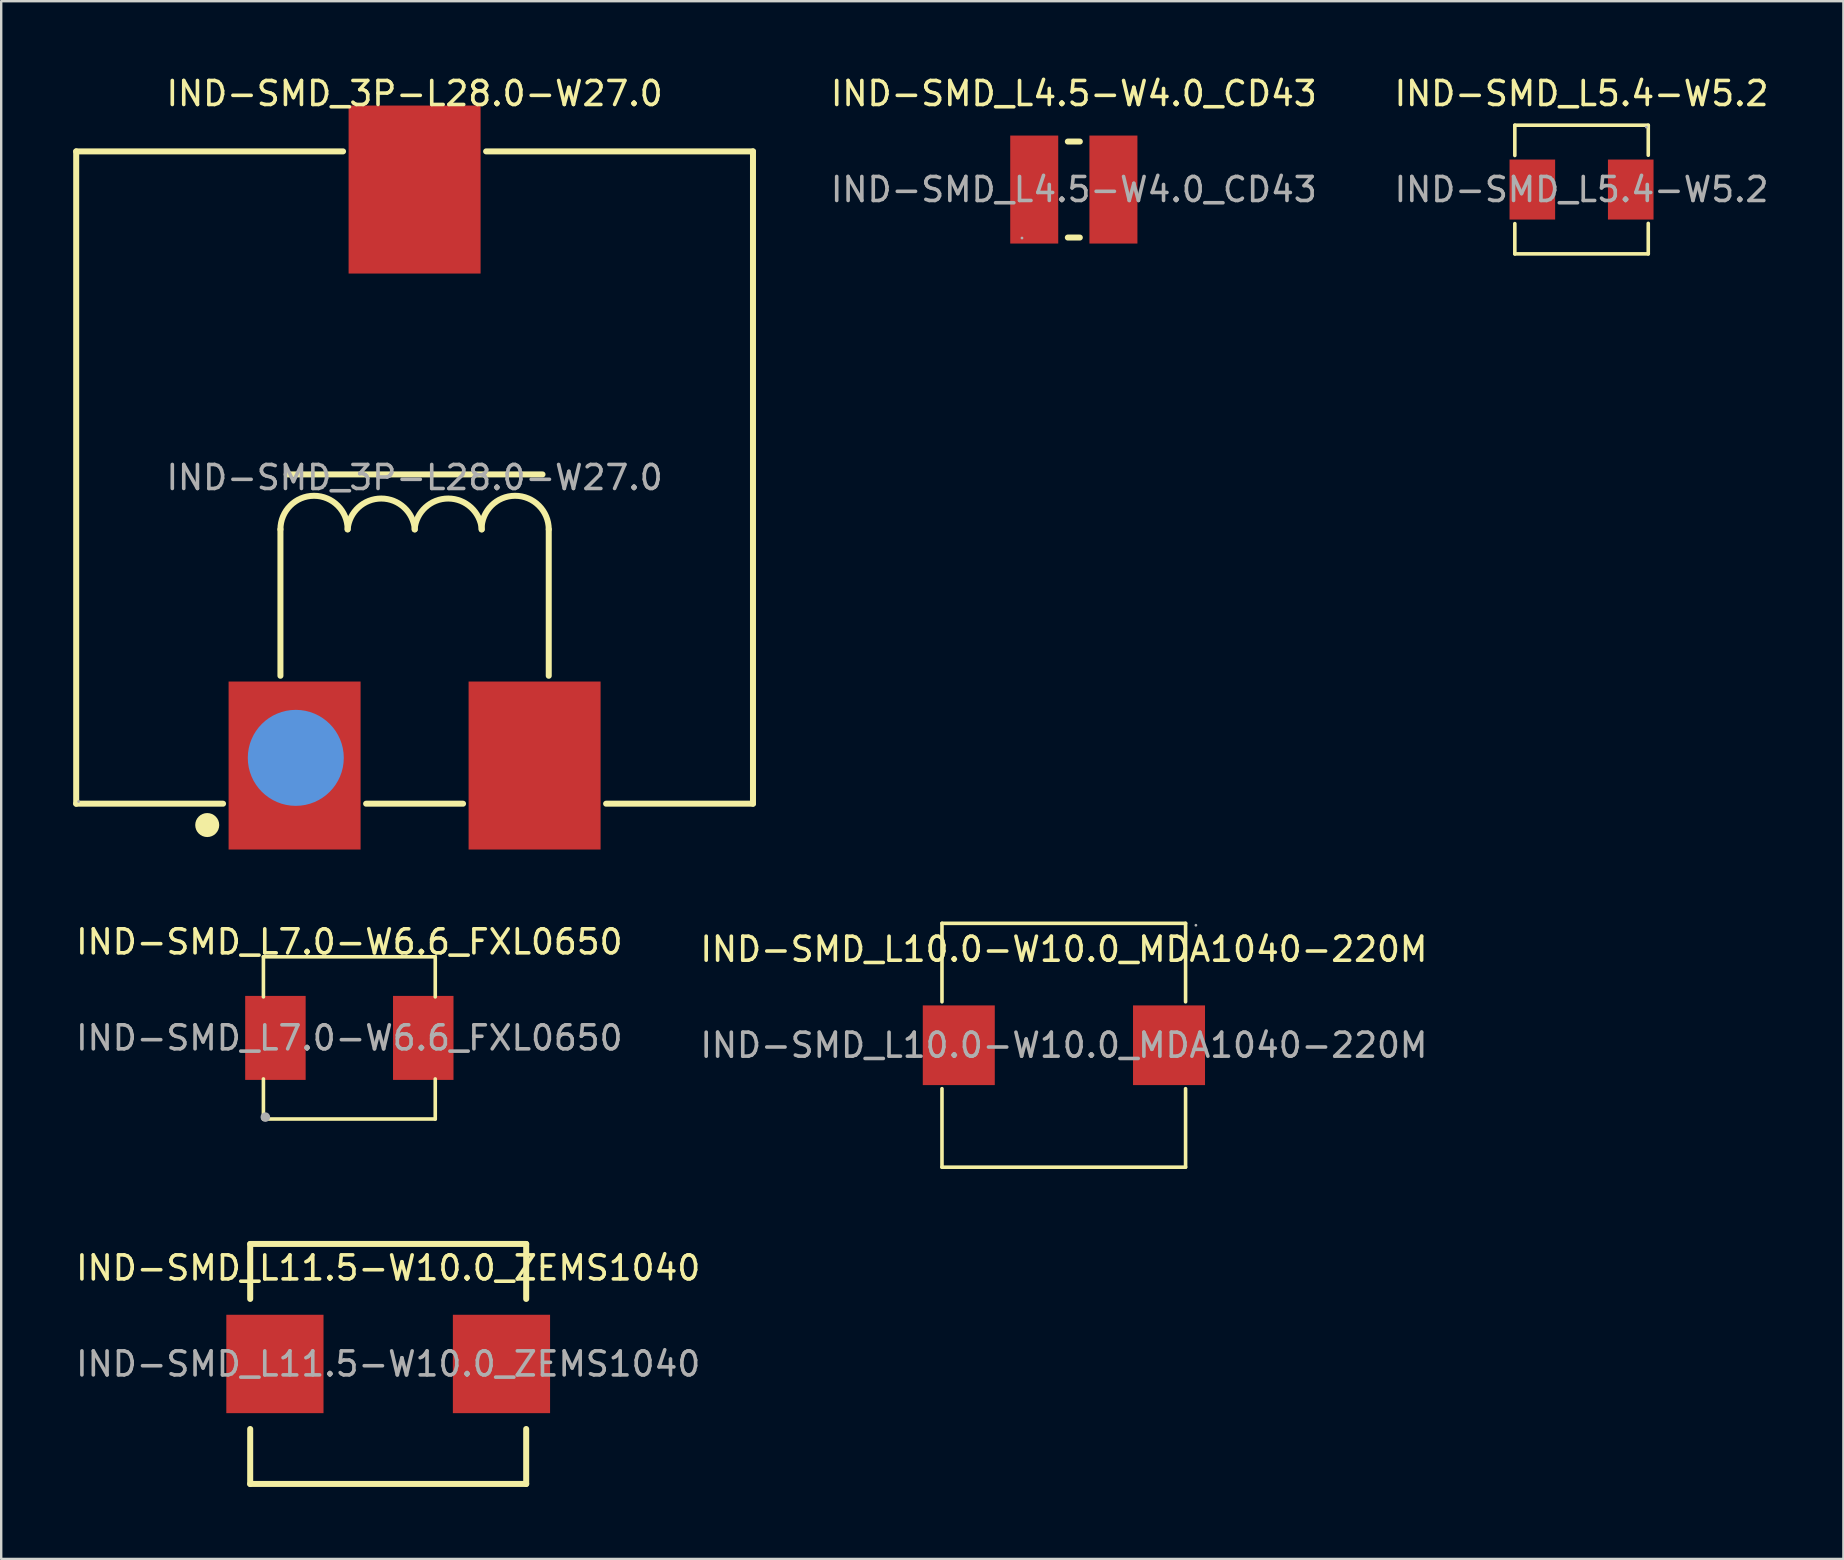
<source format=kicad_pcb>
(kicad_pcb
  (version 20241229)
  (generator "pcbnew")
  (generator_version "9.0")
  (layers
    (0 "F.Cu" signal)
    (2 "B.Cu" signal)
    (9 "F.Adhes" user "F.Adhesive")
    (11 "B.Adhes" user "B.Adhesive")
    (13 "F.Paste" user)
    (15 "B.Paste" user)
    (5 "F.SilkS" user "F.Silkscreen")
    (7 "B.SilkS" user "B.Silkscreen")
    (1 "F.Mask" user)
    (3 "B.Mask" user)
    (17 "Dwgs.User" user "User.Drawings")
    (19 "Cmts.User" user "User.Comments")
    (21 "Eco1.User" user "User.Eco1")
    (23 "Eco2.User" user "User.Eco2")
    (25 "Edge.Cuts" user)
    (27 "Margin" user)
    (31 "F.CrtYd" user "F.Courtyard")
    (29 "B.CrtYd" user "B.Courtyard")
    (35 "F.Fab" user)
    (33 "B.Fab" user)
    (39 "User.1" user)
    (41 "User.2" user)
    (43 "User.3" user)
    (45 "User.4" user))
  (footprint "IND-SMD_3P-L28.0-W27.0"
    (layer "F.Cu")
    (at 14.225 16.848)
    (property "Reference" "IND-SMD_3P-L28.0-W27.0" (at 0 -16 0) (layer "F.SilkS") (effects (font (size 1 1) (thickness 0.15))))
    (attr smd)
    (fp_line (start -14.1 -13.59) (end -14.1 13.59) (stroke (width 0.25) (type solid)) (layer "F.SilkS"))
    (fp_line (start -14.1 13.59) (end -7.98 13.59) (stroke (width 0.25) (type solid)) (layer "F.SilkS"))
    (fp_line (start -5.59 2.16) (end -5.59 8.26) (stroke (width 0.25) (type solid)) (layer "F.SilkS"))
    (fp_line (start -5.33 -0.13) (end 5.33 -0.13) (stroke (width 0.25) (type solid)) (layer "F.SilkS"))
    (fp_line (start -2.98 -13.59) (end -14.1 -13.59) (stroke (width 0.25) (type solid)) (layer "F.SilkS"))
    (fp_line (start -2.02 13.59) (end 2.02 13.59) (stroke (width 0.25) (type solid)) (layer "F.SilkS"))
    (fp_line (start 5.59 2.16) (end 5.59 8.26) (stroke (width 0.25) (type solid)) (layer "F.SilkS"))
    (fp_line (start 7.98 13.59) (end 14.1 13.59) (stroke (width 0.25) (type solid)) (layer "F.SilkS"))
    (fp_line (start 14.1 -13.59) (end 2.98 -13.59) (stroke (width 0.25) (type solid)) (layer "F.SilkS"))
    (fp_line (start 14.1 -13.59) (end 14.1 13.59) (stroke (width 0.25) (type solid)) (layer "F.SilkS"))
    (fp_arc (start -5.59 2.16) (mid -4.19 0.76) (end -2.79 2.16) (stroke (width 0.25) (type solid)) (layer "F.SilkS"))
    (fp_arc (start -2.79 2.16) (mid -1.388673 0.874867) (end 0.010224 2.162644) (stroke (width 0.25) (type solid)) (layer "F.SilkS"))
    (fp_arc (start 0 2.16) (mid 1.401327 0.874867) (end 2.800224 2.162644) (stroke (width 0.25) (type solid)) (layer "F.SilkS"))
    (fp_arc (start 2.79 2.16) (mid 4.19 0.76) (end 5.59 2.16) (stroke (width 0.25) (type solid)) (layer "F.SilkS"))
    (fp_circle (center -8.64 14.48) (end -8.39 14.48) (stroke (width 0.5) (type solid)) (fill no) (layer "F.SilkS"))
    (fp_circle (center -4.95 11.68) (end -3.95 11.68) (stroke (width 2) (type solid)) (fill no) (layer "Cmts.User"))
    (fp_circle (center -14 13.5) (end -13.97 13.5) (stroke (width 0.06) (type solid)) (fill no) (layer "F.Fab"))
    (fp_text user "${REFERENCE}" (at 0 0 0) (layer "F.Fab") (effects (font (size 1 1) (thickness 0.15))))
    (pad "1" smd rect (at -5 12) (size 5.5 7) (layers "F.Cu" "F.Mask" "F.Paste"))
    (pad "2" smd rect (at 5 12) (size 5.5 7) (layers "F.Cu" "F.Mask" "F.Paste"))
    (pad "3" smd rect (at 0 -12) (size 5.5 7) (layers "F.Cu" "F.Mask" "F.Paste")))
  (footprint "IND-SMD_L4.5-W4.0_CD43"
    (layer "F.Cu")
    (at 41.694 4.848)
    (property "Reference" "IND-SMD_L4.5-W4.0_CD43" (at 0 -4 0) (layer "F.SilkS") (effects (font (size 1 1) (thickness 0.15))))
    (attr smd)
    (fp_line (start -0.25 -2) (end 0.25 -2) (stroke (width 0.25) (type solid)) (layer "F.SilkS"))
    (fp_line (start -0.25 2) (end 0.25 2) (stroke (width 0.25) (type solid)) (layer "F.SilkS"))
    (fp_circle (center -2.16 2.02) (end -2.13 2.02) (stroke (width 0.06) (type solid)) (fill no) (layer "F.Fab"))
    (fp_text user "${REFERENCE}" (at 0 0 0) (layer "F.Fab") (effects (font (size 1 1) (thickness 0.15))))
    (pad "1" smd rect (at -1.65 0 90) (size 4.5 2) (layers "F.Cu" "F.Mask" "F.Paste"))
    (pad "2" smd rect (at 1.65 0 90) (size 4.5 2) (layers "F.Cu" "F.Mask" "F.Paste")))
  (footprint "IND-SMD_L11.5-W10.0_ZEMS1040"
    (layer "F.Cu")
    (at 13.125 53.783)
    (property "Reference" "IND-SMD_L11.5-W10.0_ZEMS1040" (at 0 -4 0) (layer "F.SilkS") (effects (font (size 1 1) (thickness 0.15))))
    (attr through_hole)
    (fp_line (start -5.75 -5) (end -5.75 -2.71) (stroke (width 0.25) (type solid)) (layer "F.SilkS"))
    (fp_line (start -5.75 -5) (end 5.75 -5) (stroke (width 0.25) (type solid)) (layer "F.SilkS"))
    (fp_line (start -5.75 2.71) (end -5.75 5) (stroke (width 0.25) (type solid)) (layer "F.SilkS"))
    (fp_line (start 5.75 -5) (end 5.75 -2.71) (stroke (width 0.25) (type solid)) (layer "F.SilkS"))
    (fp_line (start 5.75 2.71) (end 5.75 5) (stroke (width 0.25) (type solid)) (layer "F.SilkS"))
    (fp_line (start 5.75 5) (end -5.75 5) (stroke (width 0.25) (type solid)) (layer "F.SilkS"))
    (fp_text user "${REFERENCE}" (at 0 0 0) (layer "F.Fab") (effects (font (size 1 1) (thickness 0.15))))
    (pad "1" smd rect (at -4.72 0 90) (size 4.1 4.05) (layers "F.Cu" "F.Mask" "F.Paste"))
    (pad "2" smd rect (at 4.72 0 90) (size 4.1 4.05) (layers "F.Cu" "F.Mask" "F.Paste")))
  (footprint "IND-SMD_L10.0-W10.0_MDA1040-220M"
    (layer "F.Cu")
    (at 41.28 40.503)
    (property "Reference" "IND-SMD_L10.0-W10.0_MDA1040-220M" (at 0 -4 0) (layer "F.SilkS") (effects (font (size 1 1) (thickness 0.15))))
    (attr smd)
    (fp_line (start -5.08 -5.08) (end 5.07 -5.08) (stroke (width 0.15) (type solid)) (layer "F.SilkS"))
    (fp_line (start -5.08 -1.81) (end -5.08 -5.08) (stroke (width 0.15) (type solid)) (layer "F.SilkS"))
    (fp_line (start -5.08 1.81) (end -5.08 5.08) (stroke (width 0.15) (type solid)) (layer "F.SilkS"))
    (fp_line (start -5.08 5.08) (end 5.07 5.08) (stroke (width 0.15) (type solid)) (layer "F.SilkS"))
    (fp_line (start 5.07 -5.08) (end 5.07 -1.81) (stroke (width 0.15) (type solid)) (layer "F.SilkS"))
    (fp_line (start 5.07 5.08) (end 5.07 1.81) (stroke (width 0.15) (type solid)) (layer "F.SilkS"))
    (fp_circle (center 5.5 -5) (end 5.53 -5) (stroke (width 0.06) (type solid)) (fill no) (layer "F.Fab"))
    (fp_text user "${REFERENCE}" (at 0 0 0) (layer "F.Fab") (effects (font (size 1 1) (thickness 0.15))))
    (pad "1" smd rect (at 4.38 0) (size 3 3.32) (layers "F.Cu" "F.Mask" "F.Paste"))
    (pad "2" smd rect (at -4.38 0) (size 3 3.32) (layers "F.Cu" "F.Mask" "F.Paste")))
  (footprint "IND-SMD_L7.0-W6.6_FXL0650"
    (layer "F.Cu")
    (at 11.506 40.197)
    (property "Reference" "IND-SMD_L7.0-W6.6_FXL0650" (at 0 -4 0) (layer "F.SilkS") (effects (font (size 1 1) (thickness 0.15))))
    (attr smd)
    (fp_line (start -3.58 -3.38) (end 3.58 -3.38) (stroke (width 0.15) (type solid)) (layer "F.SilkS"))
    (fp_line (start -3.58 -1.71) (end -3.58 -3.38) (stroke (width 0.15) (type solid)) (layer "F.SilkS"))
    (fp_line (start -3.58 1.71) (end -3.58 3.38) (stroke (width 0.15) (type solid)) (layer "F.SilkS"))
    (fp_line (start -3.58 3.38) (end 3.58 3.38) (stroke (width 0.15) (type solid)) (layer "F.SilkS"))
    (fp_line (start 3.58 -3.38) (end 3.58 -1.71) (stroke (width 0.15) (type solid)) (layer "F.SilkS"))
    (fp_line (start 3.58 3.38) (end 3.58 1.71) (stroke (width 0.15) (type solid)) (layer "F.SilkS"))
    (fp_circle (center -3.5 3.3) (end -3.4 3.3) (stroke (width 0.2) (type solid)) (fill no) (layer "F.Fab"))
    (fp_text user "${REFERENCE}" (at 0 0 0) (layer "F.Fab") (effects (font (size 1 1) (thickness 0.15))))
    (pad "1" smd rect (at 3.08 0) (size 2.52 3.5) (layers "F.Cu" "F.Mask" "F.Paste"))
    (pad "2" smd rect (at -3.08 0) (size 2.52 3.5) (layers "F.Cu" "F.Mask" "F.Paste")))
  (footprint "IND-SMD_L5.4-W5.2"
    (layer "F.Cu")
    (at 62.849 4.848)
    (property "Reference" "IND-SMD_L5.4-W5.2" (at 0 -4 0) (layer "F.SilkS") (effects (font (size 1 1) (thickness 0.15))))
    (attr smd)
    (fp_line (start -2.78 -2.68) (end 2.78 -2.68) (stroke (width 0.15) (type solid)) (layer "F.SilkS"))
    (fp_line (start -2.78 -1.42) (end -2.78 -2.68) (stroke (width 0.15) (type solid)) (layer "F.SilkS"))
    (fp_line (start -2.78 1.42) (end -2.78 2.68) (stroke (width 0.15) (type solid)) (layer "F.SilkS"))
    (fp_line (start -2.78 2.68) (end 2.78 2.68) (stroke (width 0.15) (type solid)) (layer "F.SilkS"))
    (fp_line (start 2.78 -2.68) (end 2.78 -1.43) (stroke (width 0.15) (type solid)) (layer "F.SilkS"))
    (fp_line (start 2.78 2.68) (end 2.78 1.41) (stroke (width 0.15) (type solid)) (layer "F.SilkS"))
    (fp_circle (center 2.7 -2.6) (end 2.73 -2.6) (stroke (width 0.06) (type solid)) (fill no) (layer "F.Fab"))
    (fp_text user "${REFERENCE}" (at 0 0 0) (layer "F.Fab") (effects (font (size 1 1) (thickness 0.15))))
    (pad "1" smd rect (at 2.05 0) (size 1.9 2.5) (layers "F.Cu" "F.Mask" "F.Paste"))
    (pad "2" smd rect (at -2.05 0) (size 1.9 2.5) (layers "F.Cu" "F.Mask" "F.Paste")))
  (gr_rect
    (start -3 -3)
    (end 73.76 61.908)
    (stroke (width 0.1) (type default))
    (fill no)
    (layer "Edge.Cuts")))
</source>
